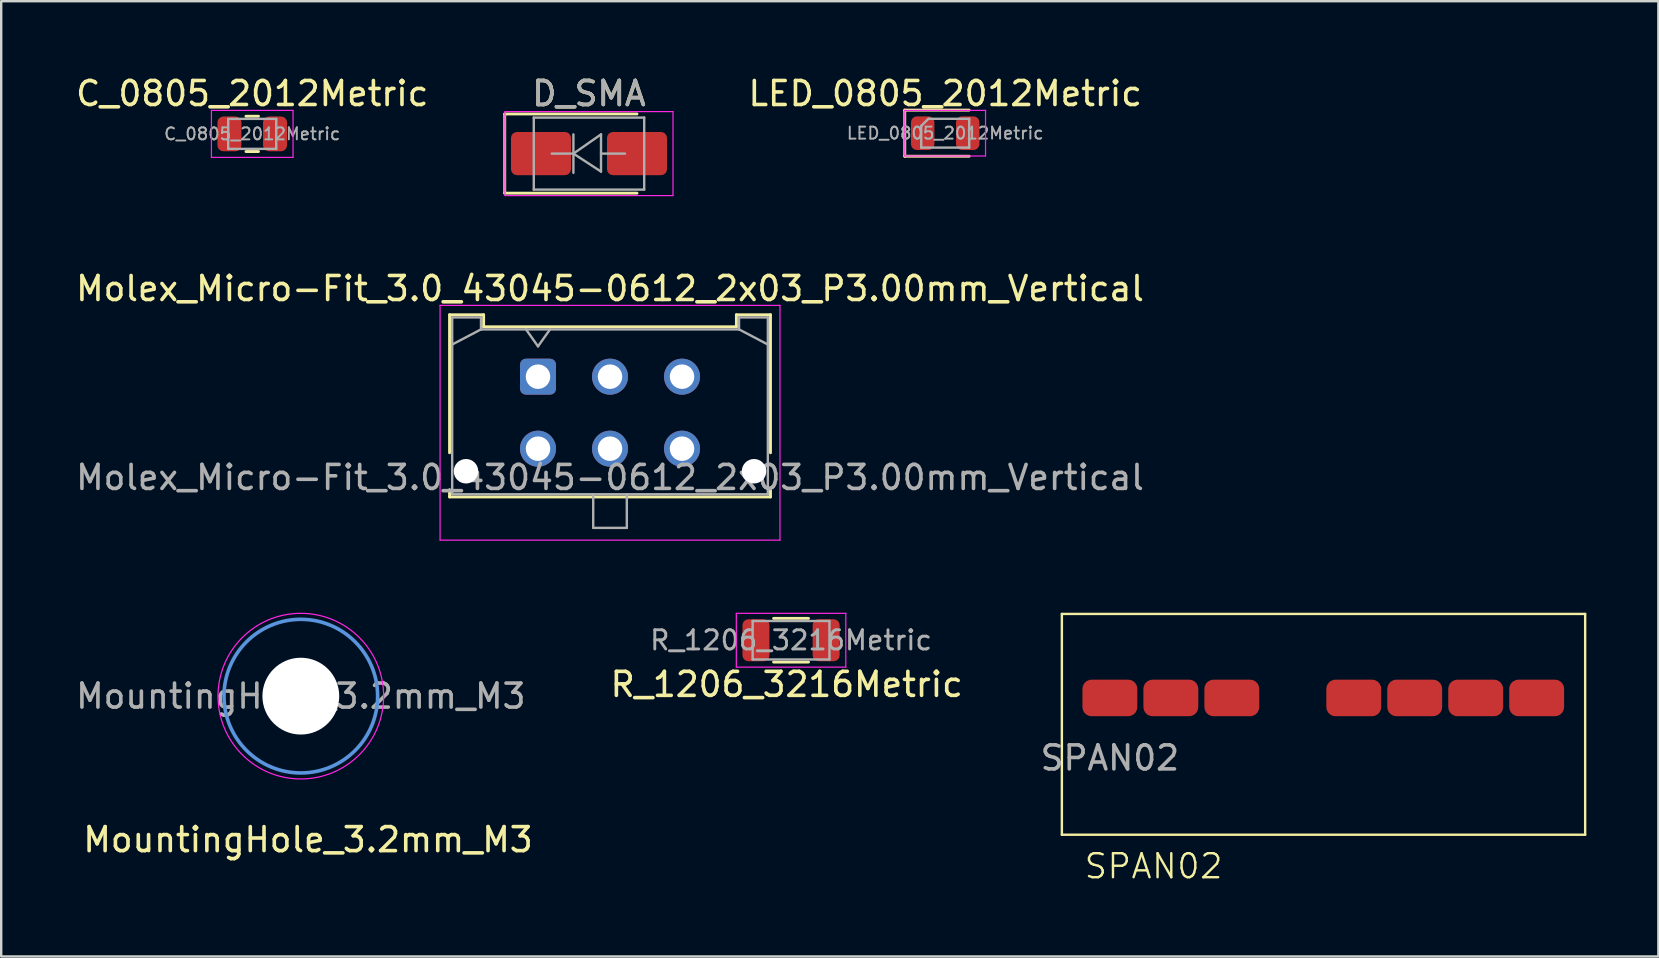
<source format=kicad_pcb>
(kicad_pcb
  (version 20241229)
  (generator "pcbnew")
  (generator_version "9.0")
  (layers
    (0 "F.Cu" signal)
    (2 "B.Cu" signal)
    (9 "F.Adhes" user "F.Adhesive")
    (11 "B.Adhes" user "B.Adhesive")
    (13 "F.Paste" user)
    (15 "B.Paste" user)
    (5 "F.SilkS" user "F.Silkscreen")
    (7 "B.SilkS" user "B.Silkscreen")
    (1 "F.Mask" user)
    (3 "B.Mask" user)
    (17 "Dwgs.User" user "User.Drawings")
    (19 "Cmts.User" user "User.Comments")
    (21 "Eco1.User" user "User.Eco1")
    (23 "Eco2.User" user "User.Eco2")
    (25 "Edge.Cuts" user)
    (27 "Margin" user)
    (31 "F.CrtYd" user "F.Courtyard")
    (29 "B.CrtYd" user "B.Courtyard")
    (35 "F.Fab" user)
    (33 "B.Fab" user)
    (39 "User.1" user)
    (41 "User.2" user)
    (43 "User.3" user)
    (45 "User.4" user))
  (footprint "MountingHole_3.2mm_M3"
    (layer "F.Cu")
    (at 9.482 25.951)
    (property "Reference" "MountingHole_3.2mm_M3" (at 0.3 5.98 0) (layer "F.SilkS") (effects (font (size 1 1) (thickness 0.15))))
    (attr exclude_from_pos_files exclude_from_bom)
    (fp_circle (center 0 0) (end 3.2 0) (stroke (width 0.15) (type solid)) (fill no) (layer "Cmts.User"))
    (fp_circle (center 0 0) (end 3.45 0) (stroke (width 0.05) (type solid)) (fill no) (layer "F.CrtYd"))
    (fp_text user "${REFERENCE}" (at 0 0 0) (layer "F.Fab") (effects (font (size 1 1) (thickness 0.15))))
    (pad "" np_thru_hole circle (at 0 0) (size 3.2 3.2) (drill 3.2) (layers "*.Cu" "*.Mask")))
  (footprint "Molex_Micro-Fit_3.0_43045-0612_2x03_P3.00mm_Vertical"
    (layer "F.Cu")
    (at 19.363 12.642)
    (property "Reference" "Molex_Micro-Fit_3.0_43045-0612_2x03_P3.00mm_Vertical" (at 3 -3.67 0) (layer "F.SilkS") (effects (font (size 1 1) (thickness 0.15))))
    (attr through_hole)
    (fp_line (start -3.685 -2.58) (end -2.265 -2.58) (stroke (width 0.12) (type solid)) (layer "F.SilkS"))
    (fp_line (start -3.685 3.17) (end -3.685 -2.58) (stroke (width 0.12) (type solid)) (layer "F.SilkS"))
    (fp_line (start -3.685 4.71) (end -3.685 5.01) (stroke (width 0.12) (type solid)) (layer "F.SilkS"))
    (fp_line (start -3.685 5.01) (end 9.685 5.01) (stroke (width 0.12) (type solid)) (layer "F.SilkS"))
    (fp_line (start -2.265 -2.58) (end -2.265 -2.08) (stroke (width 0.12) (type solid)) (layer "F.SilkS"))
    (fp_line (start -2.265 -2.08) (end 8.265 -2.08) (stroke (width 0.12) (type solid)) (layer "F.SilkS"))
    (fp_line (start 8.265 -2.58) (end 9.685 -2.58) (stroke (width 0.12) (type solid)) (layer "F.SilkS"))
    (fp_line (start 8.265 -2.08) (end 8.265 -2.58) (stroke (width 0.12) (type solid)) (layer "F.SilkS"))
    (fp_line (start 9.685 -2.58) (end 9.685 3.17) (stroke (width 0.12) (type solid)) (layer "F.SilkS"))
    (fp_line (start 9.685 5.01) (end 9.685 4.71) (stroke (width 0.12) (type solid)) (layer "F.SilkS"))
    (fp_line (start -4.08 -2.97) (end 10.08 -2.97) (stroke (width 0.05) (type solid)) (layer "F.CrtYd"))
    (fp_line (start -4.08 6.81) (end -4.08 -2.97) (stroke (width 0.05) (type solid)) (layer "F.CrtYd"))
    (fp_line (start 10.08 -2.97) (end 10.08 6.81) (stroke (width 0.05) (type solid)) (layer "F.CrtYd"))
    (fp_line (start 10.08 6.81) (end -4.08 6.81) (stroke (width 0.05) (type solid)) (layer "F.CrtYd"))
    (fp_line (start -3.575 -2.47) (end -3.575 4.9) (stroke (width 0.1) (type solid)) (layer "F.Fab"))
    (fp_line (start -3.575 -1.34) (end -2.375 -1.97) (stroke (width 0.1) (type solid)) (layer "F.Fab"))
    (fp_line (start -3.575 4.9) (end 9.575 4.9) (stroke (width 0.1) (type solid)) (layer "F.Fab"))
    (fp_line (start -2.375 -2.47) (end -3.575 -2.47) (stroke (width 0.1) (type solid)) (layer "F.Fab"))
    (fp_line (start -2.375 -1.97) (end -2.375 -2.47) (stroke (width 0.1) (type solid)) (layer "F.Fab"))
    (fp_line (start -0.5 -1.97) (end 0 -1.263) (stroke (width 0.1) (type solid)) (layer "F.Fab"))
    (fp_line (start 0 -1.263) (end 0.5 -1.97) (stroke (width 0.1) (type solid)) (layer "F.Fab"))
    (fp_line (start 2.3 4.9) (end 2.3 6.3) (stroke (width 0.1) (type solid)) (layer "F.Fab"))
    (fp_line (start 2.3 6.3) (end 3.7 6.3) (stroke (width 0.1) (type solid)) (layer "F.Fab"))
    (fp_line (start 3.7 6.3) (end 3.7 4.9) (stroke (width 0.1) (type solid)) (layer "F.Fab"))
    (fp_line (start 8.375 -2.47) (end 8.375 -1.97) (stroke (width 0.1) (type solid)) (layer "F.Fab"))
    (fp_line (start 8.375 -1.97) (end -2.375 -1.97) (stroke (width 0.1) (type solid)) (layer "F.Fab"))
    (fp_line (start 9.575 -2.47) (end 8.375 -2.47) (stroke (width 0.1) (type solid)) (layer "F.Fab"))
    (fp_line (start 9.575 -1.34) (end 8.375 -1.97) (stroke (width 0.1) (type solid)) (layer "F.Fab"))
    (fp_line (start 9.575 4.9) (end 9.575 -2.47) (stroke (width 0.1) (type solid)) (layer "F.Fab"))
    (fp_text user "${REFERENCE}" (at 3 4.2 0) (layer "F.Fab") (effects (font (size 1 1) (thickness 0.15))))
    (pad "" np_thru_hole circle (at -3 3.94) (size 1.02 1.02) (drill 1.02) (layers "*.Cu" "*.Mask"))
    (pad "" np_thru_hole circle (at 9 3.94) (size 1.02 1.02) (drill 1.02) (layers "*.Cu" "*.Mask"))
    (pad "1" thru_hole roundrect (at 0 0) (size 1.5 1.5) (drill 1.02) (layers "*.Cu" "*.Mask") (roundrect_rratio 0.167))
    (pad "2" thru_hole circle (at 3 0) (size 1.5 1.5) (drill 1.02) (layers "*.Cu" "*.Mask"))
    (pad "3" thru_hole circle (at 6 0) (size 1.5 1.5) (drill 1.02) (layers "*.Cu" "*.Mask"))
    (pad "4" thru_hole circle (at 0 3) (size 1.5 1.5) (drill 1.02) (layers "*.Cu" "*.Mask"))
    (pad "5" thru_hole circle (at 3 3) (size 1.5 1.5) (drill 1.02) (layers "*.Cu" "*.Mask"))
    (pad "6" thru_hole circle (at 6 3) (size 1.5 1.5) (drill 1.02) (layers "*.Cu" "*.Mask")))
  (footprint "D_SMA"
    (layer "F.Cu")
    (at 21.487 3.348)
    (property "Reference" "D_SMA" (at 0 -2.5 180) (layer "F.SilkS") (effects (font (size 1 1) (thickness 0.15))))
    (attr smd)
    (fp_line (start -3.51 -1.65) (end -3.51 1.65) (stroke (width 0.12) (type solid)) (layer "F.SilkS"))
    (fp_line (start -3.51 -1.65) (end 2 -1.65) (stroke (width 0.12) (type solid)) (layer "F.SilkS"))
    (fp_line (start -3.51 1.65) (end 2 1.65) (stroke (width 0.12) (type solid)) (layer "F.SilkS"))
    (fp_line (start -3.5 -1.75) (end 3.5 -1.75) (stroke (width 0.05) (type solid)) (layer "F.CrtYd"))
    (fp_line (start -3.5 1.75) (end -3.5 -1.75) (stroke (width 0.05) (type solid)) (layer "F.CrtYd"))
    (fp_line (start 3.5 -1.75) (end 3.5 1.75) (stroke (width 0.05) (type solid)) (layer "F.CrtYd"))
    (fp_line (start 3.5 1.75) (end -3.5 1.75) (stroke (width 0.05) (type solid)) (layer "F.CrtYd"))
    (fp_line (start -2.3 1.5) (end -2.3 -1.5) (stroke (width 0.1) (type solid)) (layer "F.Fab"))
    (fp_line (start -0.649 -0.799) (end -0.649 0.801) (stroke (width 0.1) (type solid)) (layer "F.Fab"))
    (fp_line (start -0.649 0.001) (end -1.551 0.001) (stroke (width 0.1) (type solid)) (layer "F.Fab"))
    (fp_line (start -0.649 0.001) (end 0.501 -0.799) (stroke (width 0.1) (type solid)) (layer "F.Fab"))
    (fp_line (start -0.649 0.001) (end 0.501 0.75) (stroke (width 0.1) (type solid)) (layer "F.Fab"))
    (fp_line (start 0.501 0.001) (end 1.499 0.001) (stroke (width 0.1) (type solid)) (layer "F.Fab"))
    (fp_line (start 0.501 0.75) (end 0.501 -0.799) (stroke (width 0.1) (type solid)) (layer "F.Fab"))
    (fp_line (start 2.3 -1.5) (end -2.3 -1.5) (stroke (width 0.1) (type solid)) (layer "F.Fab"))
    (fp_line (start 2.3 -1.5) (end 2.3 1.5) (stroke (width 0.1) (type solid)) (layer "F.Fab"))
    (fp_line (start 2.3 1.5) (end -2.3 1.5) (stroke (width 0.1) (type solid)) (layer "F.Fab"))
    (fp_text user "${REFERENCE}" (at 0 -2.5 180) (layer "F.Fab") (effects (font (size 1 1) (thickness 0.15))))
    (pad "1" smd roundrect (at -2 0) (size 2.5 1.8) (layers "F.Cu" "F.Mask" "F.Paste") (roundrect_rratio 0.139))
    (pad "2" smd roundrect (at 2 0) (size 2.5 1.8) (layers "F.Cu" "F.Mask" "F.Paste") (roundrect_rratio 0.139)))
  (footprint "SPAN02"
    (layer "F.Cu")
    (at 43.187 26.026)
    (property "Reference" "SPAN02" (at 1.82 7.01 0) (unlocked yes) (layer "F.SilkS") (effects (font (size 1 1) (thickness 0.1))))
    (attr smd)
    (fp_line (start -2 -3.5) (end -2 5.7) (stroke (width 0.1) (type default)) (layer "F.SilkS"))
    (fp_line (start -2 5.7) (end 19.8 5.7) (stroke (width 0.1) (type default)) (layer "F.SilkS"))
    (fp_line (start 19.8 -3.5) (end -2 -3.5) (stroke (width 0.1) (type default)) (layer "F.SilkS"))
    (fp_line (start 19.8 5.7) (end 19.8 -3.5) (stroke (width 0.1) (type default)) (layer "F.SilkS"))
    (fp_text user "${REFERENCE}" (at 0 2.5 0) (unlocked yes) (layer "F.Fab") (effects (font (size 1 1) (thickness 0.15))))
    (pad "1" smd roundrect (at 0 0) (size 2.286 1.524) (layers "F.Cu" "F.Mask" "F.Paste") (roundrect_rratio 0.25))
    (pad "2" smd roundrect (at 2.54 0) (size 2.286 1.524) (layers "F.Cu" "F.Mask" "F.Paste") (roundrect_rratio 0.25))
    (pad "3" smd roundrect (at 5.08 0) (size 2.286 1.524) (layers "F.Cu" "F.Mask" "F.Paste") (roundrect_rratio 0.25))
    (pad "5" smd roundrect (at 10.16 0) (size 2.286 1.524) (layers "F.Cu" "F.Mask" "F.Paste") (roundrect_rratio 0.25))
    (pad "6" smd roundrect (at 12.7 0) (size 2.286 1.524) (layers "F.Cu" "F.Mask" "F.Paste") (roundrect_rratio 0.25))
    (pad "7" smd roundrect (at 15.24 0) (size 2.286 1.524) (layers "F.Cu" "F.Mask" "F.Paste") (roundrect_rratio 0.25))
    (pad "8" smd roundrect (at 17.78 0) (size 2.286 1.524) (layers "F.Cu" "F.Mask" "F.Paste") (roundrect_rratio 0.25)))
  (footprint "LED_0805_2012Metric"
    (layer "F.Cu")
    (at 36.327 2.498)
    (property "Reference" "LED_0805_2012Metric" (at 0 -1.65 180) (layer "F.SilkS") (effects (font (size 1 1) (thickness 0.15))))
    (attr smd)
    (fp_line (start -1.685 -0.96) (end -1.685 0.96) (stroke (width 0.12) (type solid)) (layer "F.SilkS"))
    (fp_line (start -1.685 0.96) (end 1 0.96) (stroke (width 0.12) (type solid)) (layer "F.SilkS"))
    (fp_line (start 1 -0.96) (end -1.685 -0.96) (stroke (width 0.12) (type solid)) (layer "F.SilkS"))
    (fp_line (start -1.68 -0.95) (end 1.68 -0.95) (stroke (width 0.05) (type solid)) (layer "F.CrtYd"))
    (fp_line (start -1.68 0.95) (end -1.68 -0.95) (stroke (width 0.05) (type solid)) (layer "F.CrtYd"))
    (fp_line (start 1.68 -0.95) (end 1.68 0.95) (stroke (width 0.05) (type solid)) (layer "F.CrtYd"))
    (fp_line (start 1.68 0.95) (end -1.68 0.95) (stroke (width 0.05) (type solid)) (layer "F.CrtYd"))
    (fp_line (start -1 -0.3) (end -1 0.6) (stroke (width 0.1) (type solid)) (layer "F.Fab"))
    (fp_line (start -1 0.6) (end 1 0.6) (stroke (width 0.1) (type solid)) (layer "F.Fab"))
    (fp_line (start -0.7 -0.6) (end -1 -0.3) (stroke (width 0.1) (type solid)) (layer "F.Fab"))
    (fp_line (start 1 -0.6) (end -0.7 -0.6) (stroke (width 0.1) (type solid)) (layer "F.Fab"))
    (fp_line (start 1 0.6) (end 1 -0.6) (stroke (width 0.1) (type solid)) (layer "F.Fab"))
    (fp_text user "${REFERENCE}" (at 0 0 180) (layer "F.Fab") (effects (font (size 0.5 0.5) (thickness 0.08))))
    (pad "1" smd roundrect (at -0.938 0) (size 0.975 1.4) (layers "F.Cu" "F.Mask" "F.Paste") (roundrect_rratio 0.25))
    (pad "2" smd roundrect (at 0.938 0) (size 0.975 1.4) (layers "F.Cu" "F.Mask" "F.Paste") (roundrect_rratio 0.25)))
  (footprint "C_0805_2012Metric"
    (layer "F.Cu")
    (at 7.458 2.528)
    (property "Reference" "C_0805_2012Metric" (at 0 -1.68 0) (layer "F.SilkS") (effects (font (size 1 1) (thickness 0.15))))
    (attr smd)
    (fp_line (start -0.261 -0.735) (end 0.261 -0.735) (stroke (width 0.12) (type solid)) (layer "F.SilkS"))
    (fp_line (start -0.261 0.735) (end 0.261 0.735) (stroke (width 0.12) (type solid)) (layer "F.SilkS"))
    (fp_line (start -1.7 -0.98) (end 1.7 -0.98) (stroke (width 0.05) (type solid)) (layer "F.CrtYd"))
    (fp_line (start -1.7 0.98) (end -1.7 -0.98) (stroke (width 0.05) (type solid)) (layer "F.CrtYd"))
    (fp_line (start 1.7 -0.98) (end 1.7 0.98) (stroke (width 0.05) (type solid)) (layer "F.CrtYd"))
    (fp_line (start 1.7 0.98) (end -1.7 0.98) (stroke (width 0.05) (type solid)) (layer "F.CrtYd"))
    (fp_line (start -1 -0.625) (end 1 -0.625) (stroke (width 0.1) (type solid)) (layer "F.Fab"))
    (fp_line (start -1 0.625) (end -1 -0.625) (stroke (width 0.1) (type solid)) (layer "F.Fab"))
    (fp_line (start 1 -0.625) (end 1 0.625) (stroke (width 0.1) (type solid)) (layer "F.Fab"))
    (fp_line (start 1 0.625) (end -1 0.625) (stroke (width 0.1) (type solid)) (layer "F.Fab"))
    (fp_text user "${REFERENCE}" (at 0 0 0) (layer "F.Fab") (effects (font (size 0.5 0.5) (thickness 0.08))))
    (pad "1" smd roundrect (at -0.95 0) (size 1 1.45) (layers "F.Cu" "F.Mask" "F.Paste") (roundrect_rratio 0.25))
    (pad "2" smd roundrect (at 0.95 0) (size 1 1.45) (layers "F.Cu" "F.Mask" "F.Paste") (roundrect_rratio 0.25)))
  (footprint "R_1206_3216Metric"
    (layer "F.Cu")
    (at 29.905 23.622)
    (property "Reference" "R_1206_3216Metric" (at -0.182 1.84 180) (layer "F.SilkS") (effects (font (size 1 1) (thickness 0.15))))
    (attr smd)
    (fp_line (start -0.727 -0.91) (end 0.727 -0.91) (stroke (width 0.12) (type solid)) (layer "F.SilkS"))
    (fp_line (start -0.727 0.91) (end 0.727 0.91) (stroke (width 0.12) (type solid)) (layer "F.SilkS"))
    (fp_line (start -2.28 -1.12) (end 2.28 -1.12) (stroke (width 0.05) (type solid)) (layer "F.CrtYd"))
    (fp_line (start -2.28 1.12) (end -2.28 -1.12) (stroke (width 0.05) (type solid)) (layer "F.CrtYd"))
    (fp_line (start 2.28 -1.12) (end 2.28 1.12) (stroke (width 0.05) (type solid)) (layer "F.CrtYd"))
    (fp_line (start 2.28 1.12) (end -2.28 1.12) (stroke (width 0.05) (type solid)) (layer "F.CrtYd"))
    (fp_line (start -1.6 -0.8) (end 1.6 -0.8) (stroke (width 0.1) (type solid)) (layer "F.Fab"))
    (fp_line (start -1.6 0.8) (end -1.6 -0.8) (stroke (width 0.1) (type solid)) (layer "F.Fab"))
    (fp_line (start 1.6 -0.8) (end 1.6 0.8) (stroke (width 0.1) (type solid)) (layer "F.Fab"))
    (fp_line (start 1.6 0.8) (end -1.6 0.8) (stroke (width 0.1) (type solid)) (layer "F.Fab"))
    (fp_text user "${REFERENCE}" (at 0 0 180) (layer "F.Fab") (effects (font (size 0.8 0.8) (thickness 0.12))))
    (pad "1" smd roundrect (at -1.462 0) (size 1.125 1.75) (layers "F.Cu" "F.Mask" "F.Paste") (roundrect_rratio 0.222))
    (pad "2" smd roundrect (at 1.462 0) (size 1.125 1.75) (layers "F.Cu" "F.Mask" "F.Paste") (roundrect_rratio 0.222)))
  (gr_rect
    (start -3 -3)
    (end 66.037 36.797)
    (stroke (width 0.1) (type default))
    (fill no)
    (layer "Edge.Cuts")))
</source>
